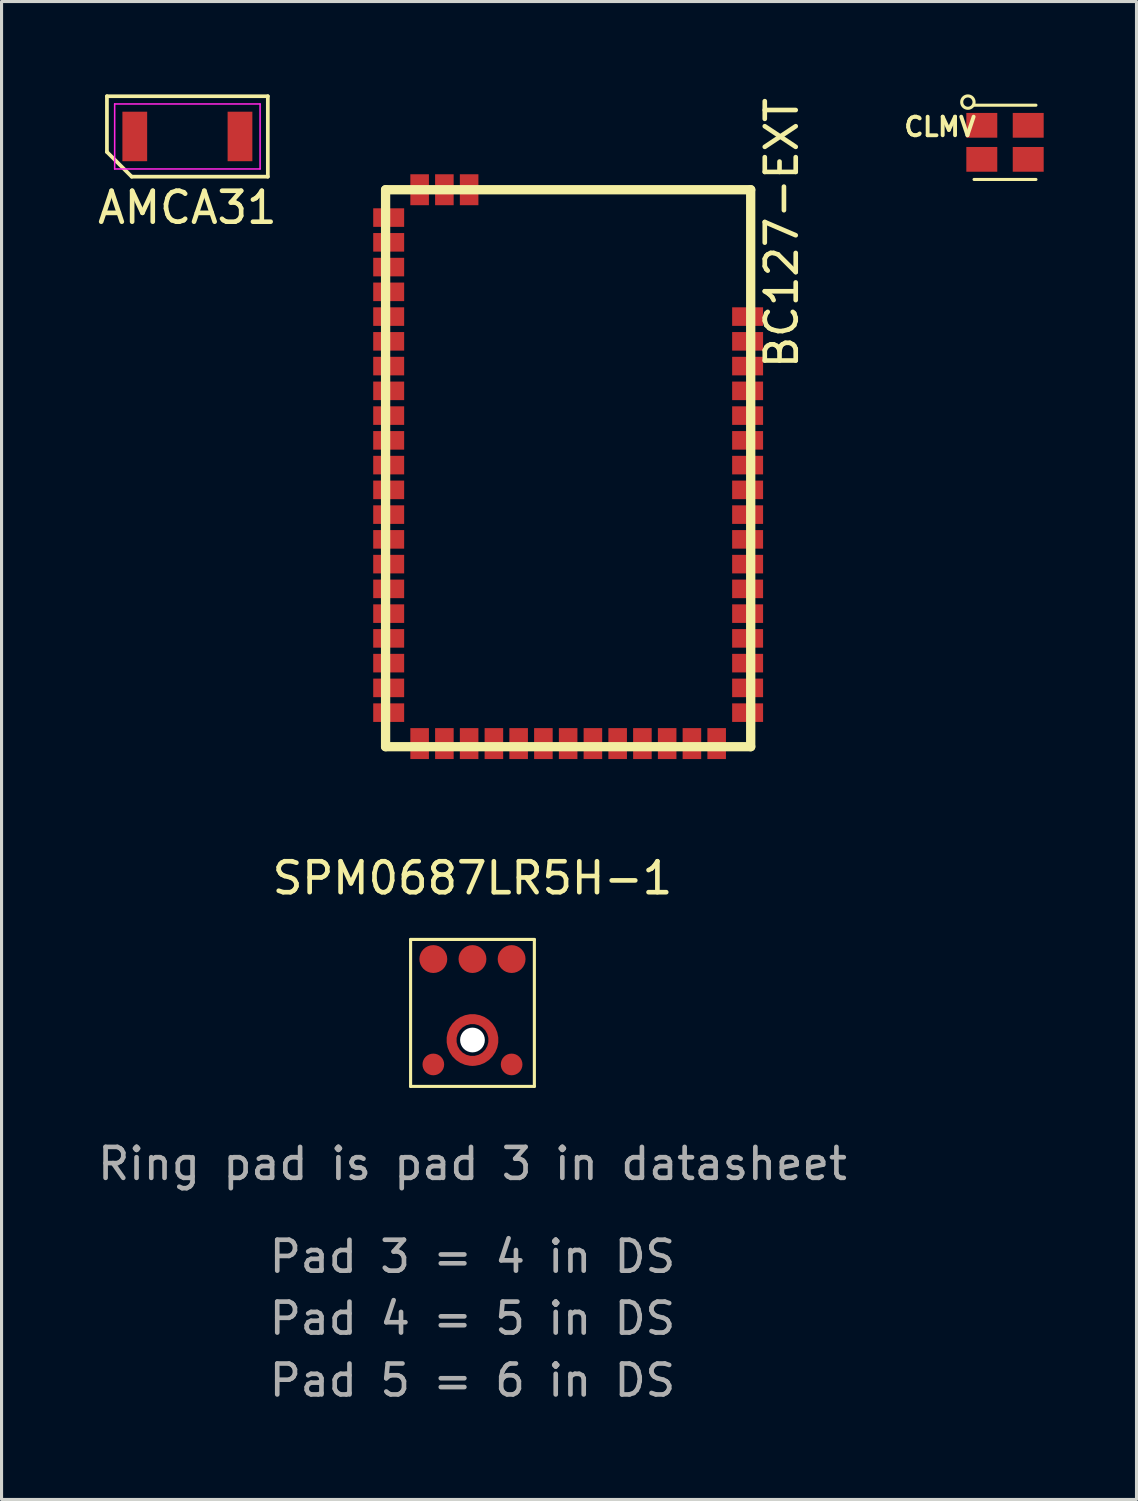
<source format=kicad_pcb>
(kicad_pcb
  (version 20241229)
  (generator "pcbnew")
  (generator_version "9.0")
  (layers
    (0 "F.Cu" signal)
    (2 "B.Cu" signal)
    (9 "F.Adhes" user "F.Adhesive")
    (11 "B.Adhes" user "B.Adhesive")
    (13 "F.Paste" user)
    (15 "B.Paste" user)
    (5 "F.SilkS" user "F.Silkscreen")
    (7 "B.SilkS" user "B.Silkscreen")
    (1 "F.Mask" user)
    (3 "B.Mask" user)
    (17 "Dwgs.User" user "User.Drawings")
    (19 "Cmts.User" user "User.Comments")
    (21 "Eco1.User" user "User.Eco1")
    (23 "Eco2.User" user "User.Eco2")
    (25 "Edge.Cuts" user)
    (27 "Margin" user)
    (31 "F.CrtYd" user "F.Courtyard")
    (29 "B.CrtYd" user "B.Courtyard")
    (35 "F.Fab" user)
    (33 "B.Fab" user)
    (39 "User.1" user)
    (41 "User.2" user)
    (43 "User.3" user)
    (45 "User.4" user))
  (footprint "AMCA31"
    (layer "F.Cu")
    (at 3.006 1.36)
    (property "Reference" "AMCA31" (at 0 2.3 0) (layer "F.SilkS") (effects (font (size 1 1) (thickness 0.15))))
    (attr smd)
    (fp_line (start -2.6 -1.3) (end 2.6 -1.3) (stroke (width 0.12) (type solid)) (layer "F.SilkS"))
    (fp_line (start -2.6 0.5) (end -2.6 -1.3) (stroke (width 0.12) (type solid)) (layer "F.SilkS"))
    (fp_line (start -1.8 1.3) (end -2.6 0.5) (stroke (width 0.12) (type solid)) (layer "F.SilkS"))
    (fp_line (start 2.6 -1.3) (end 2.6 1.3) (stroke (width 0.12) (type solid)) (layer "F.SilkS"))
    (fp_line (start 2.6 1.3) (end -1.8 1.3) (stroke (width 0.12) (type solid)) (layer "F.SilkS"))
    (fp_line (start -2.35 -1.05) (end 2.35 -1.05) (stroke (width 0.05) (type solid)) (layer "F.CrtYd"))
    (fp_line (start -2.35 1.05) (end -2.35 -1.05) (stroke (width 0.05) (type solid)) (layer "F.CrtYd"))
    (fp_line (start 2.35 -1.05) (end 2.35 1.05) (stroke (width 0.05) (type solid)) (layer "F.CrtYd"))
    (fp_line (start 2.35 1.05) (end -2.35 1.05) (stroke (width 0.05) (type solid)) (layer "F.CrtYd"))
    (pad "1" smd rect (at -1.7 0) (size 0.8 1.6) (layers "F.Cu" "F.Mask" "F.Paste"))
    (pad "2" smd rect (at 1.7 0) (size 0.8 1.6) (layers "F.Cu" "F.Mask" "F.Paste")))
  (footprint "BC127-EXT"
    (layer "F.Cu")
    (at 15.112 12.782)
    (property "Reference" "BC127-EXT" (at 7.1 -8.3 90) (layer "F.SilkS") (effects (font (size 1 1) (thickness 0.15))))
    (attr through_hole)
    (fp_line (start -5.7 -9.7) (end 6.1 -9.7) (stroke (width 0.3) (type solid)) (layer "F.SilkS"))
    (fp_line (start -5.7 8.3) (end -5.7 -9.7) (stroke (width 0.3) (type solid)) (layer "F.SilkS"))
    (fp_line (start 6.1 -9.7) (end 6.1 8.3) (stroke (width 0.3) (type solid)) (layer "F.SilkS"))
    (fp_line (start 6.1 8.3) (end -5.7 8.3) (stroke (width 0.3) (type solid)) (layer "F.SilkS"))
    (pad "1" smd rect (at -5.6 -8.8) (size 1 0.6) (layers "F.Cu" "F.Mask" "F.Paste"))
    (pad "2" smd rect (at -5.6 -8) (size 1 0.6) (layers "F.Cu" "F.Mask" "F.Paste"))
    (pad "3" smd rect (at -5.6 -7.2) (size 1 0.6) (layers "F.Cu" "F.Mask" "F.Paste"))
    (pad "4" smd rect (at -5.6 -6.4) (size 1 0.6) (layers "F.Cu" "F.Mask" "F.Paste"))
    (pad "5" smd rect (at -5.6 -5.6) (size 1 0.6) (layers "F.Cu" "F.Mask" "F.Paste"))
    (pad "6" smd rect (at -5.6 -4.8) (size 1 0.6) (layers "F.Cu" "F.Mask" "F.Paste"))
    (pad "7" smd rect (at -5.6 -4) (size 1 0.6) (layers "F.Cu" "F.Mask" "F.Paste"))
    (pad "8" smd rect (at -5.6 -3.2) (size 1 0.6) (layers "F.Cu" "F.Mask" "F.Paste"))
    (pad "9" smd rect (at -5.6 -2.4) (size 1 0.6) (layers "F.Cu" "F.Mask" "F.Paste"))
    (pad "10" smd rect (at -5.6 -1.6) (size 1 0.6) (layers "F.Cu" "F.Mask" "F.Paste"))
    (pad "11" smd rect (at -5.6 -0.8) (size 1 0.6) (layers "F.Cu" "F.Mask" "F.Paste"))
    (pad "12" smd rect (at -5.6 0) (size 1 0.6) (layers "F.Cu" "F.Mask" "F.Paste"))
    (pad "13" smd rect (at -5.6 0.8) (size 1 0.6) (layers "F.Cu" "F.Mask" "F.Paste"))
    (pad "14" smd rect (at -5.6 1.6) (size 1 0.6) (layers "F.Cu" "F.Mask" "F.Paste"))
    (pad "15" smd rect (at -5.6 2.4) (size 1 0.6) (layers "F.Cu" "F.Mask" "F.Paste"))
    (pad "16" smd rect (at -5.6 3.2) (size 1 0.6) (layers "F.Cu" "F.Mask" "F.Paste"))
    (pad "17" smd rect (at -5.6 4) (size 1 0.6) (layers "F.Cu" "F.Mask" "F.Paste"))
    (pad "18" smd rect (at -5.6 4.8) (size 1 0.6) (layers "F.Cu" "F.Mask" "F.Paste"))
    (pad "19" smd rect (at -5.6 5.6) (size 1 0.6) (layers "F.Cu" "F.Mask" "F.Paste"))
    (pad "20" smd rect (at -5.6 6.4) (size 1 0.6) (layers "F.Cu" "F.Mask" "F.Paste"))
    (pad "21" smd rect (at -5.6 7.2) (size 1 0.6) (layers "F.Cu" "F.Mask" "F.Paste"))
    (pad "22" smd rect (at -4.6 8.2) (size 0.6 1) (layers "F.Cu" "F.Mask" "F.Paste"))
    (pad "23" smd rect (at -3.8 8.2) (size 0.6 1) (layers "F.Cu" "F.Mask" "F.Paste"))
    (pad "24" smd rect (at -3 8.2) (size 0.6 1) (layers "F.Cu" "F.Mask" "F.Paste"))
    (pad "25" smd rect (at -2.2 8.2) (size 0.6 1) (layers "F.Cu" "F.Mask" "F.Paste"))
    (pad "26" smd rect (at -1.4 8.2) (size 0.6 1) (layers "F.Cu" "F.Mask" "F.Paste"))
    (pad "27" smd rect (at -0.6 8.2) (size 0.6 1) (layers "F.Cu" "F.Mask" "F.Paste"))
    (pad "28" smd rect (at 0.2 8.2) (size 0.6 1) (layers "F.Cu" "F.Mask" "F.Paste"))
    (pad "29" smd rect (at 1 8.2) (size 0.6 1) (layers "F.Cu" "F.Mask" "F.Paste"))
    (pad "30" smd rect (at 1.8 8.2) (size 0.6 1) (layers "F.Cu" "F.Mask" "F.Paste"))
    (pad "31" smd rect (at 2.6 8.2) (size 0.6 1) (layers "F.Cu" "F.Mask" "F.Paste"))
    (pad "32" smd rect (at 3.4 8.2) (size 0.6 1) (layers "F.Cu" "F.Mask" "F.Paste"))
    (pad "33" smd rect (at 4.2 8.2) (size 0.6 1) (layers "F.Cu" "F.Mask" "F.Paste"))
    (pad "34" smd rect (at 5 8.2) (size 0.6 1) (layers "F.Cu" "F.Mask" "F.Paste"))
    (pad "35" smd rect (at 6 7.2) (size 1 0.6) (layers "F.Cu" "F.Mask" "F.Paste"))
    (pad "36" smd rect (at 6 6.4) (size 1 0.6) (layers "F.Cu" "F.Mask" "F.Paste"))
    (pad "37" smd rect (at 6 5.6) (size 1 0.6) (layers "F.Cu" "F.Mask" "F.Paste"))
    (pad "38" smd rect (at 6 4.8) (size 1 0.6) (layers "F.Cu" "F.Mask" "F.Paste"))
    (pad "39" smd rect (at 6 4) (size 1 0.6) (layers "F.Cu" "F.Mask" "F.Paste"))
    (pad "40" smd rect (at 6 3.2) (size 1 0.6) (layers "F.Cu" "F.Mask" "F.Paste"))
    (pad "41" smd rect (at 6 2.4) (size 1 0.6) (layers "F.Cu" "F.Mask" "F.Paste"))
    (pad "42" smd rect (at 6 1.6) (size 1 0.6) (layers "F.Cu" "F.Mask" "F.Paste"))
    (pad "43" smd rect (at 6 0.8) (size 1 0.6) (layers "F.Cu" "F.Mask" "F.Paste"))
    (pad "44" smd rect (at 6 0) (size 1 0.6) (layers "F.Cu" "F.Mask" "F.Paste"))
    (pad "45" smd rect (at 6 -0.8) (size 1 0.6) (layers "F.Cu" "F.Mask" "F.Paste"))
    (pad "46" smd rect (at 6 -1.6) (size 1 0.6) (layers "F.Cu" "F.Mask" "F.Paste"))
    (pad "47" smd rect (at 6 -2.4) (size 1 0.6) (layers "F.Cu" "F.Mask" "F.Paste"))
    (pad "48" smd rect (at 6 -3.2) (size 1 0.6) (layers "F.Cu" "F.Mask" "F.Paste"))
    (pad "49" smd rect (at 6 -4) (size 1 0.6) (layers "F.Cu" "F.Mask" "F.Paste"))
    (pad "50" smd rect (at 6 -4.8) (size 1 0.6) (layers "F.Cu" "F.Mask" "F.Paste"))
    (pad "51" smd rect (at 6 -5.6) (size 1 0.6) (layers "F.Cu" "F.Mask" "F.Paste"))
    (pad "52" smd rect (at -3 -9.7) (size 0.6 1) (layers "F.Cu" "F.Mask" "F.Paste"))
    (pad "53" smd rect (at -3.8 -9.7) (size 0.6 1) (layers "F.Cu" "F.Mask" "F.Paste"))
    (pad "54" smd rect (at -4.6 -9.7) (size 0.6 1) (layers "F.Cu" "F.Mask" "F.Paste")))
  (footprint "SPM0687LR5H-1"
    (layer "F.Cu")
    (at 12.22 30.562)
    (property "Reference" "SPM0687LR5H-1" (at 0 -5.232 0) (layer "F.SilkS") (effects (font (size 1 1) (thickness 0.15))))
    (attr through_hole)
    (fp_arc (start 0.64539 -0.198581) (mid -0.401168 0.543164) (end 0 -0.67525) (stroke (width 0.05) (type solid)) (layer "F.Mask"))
    (fp_circle (center 0 0) (end 0.675 0) (stroke (width 0.3) (type solid)) (fill no) (layer "F.Mask"))
    (fp_line (start -2 -3.25) (end 2 -3.25) (stroke (width 0.1) (type solid)) (layer "F.SilkS"))
    (fp_line (start -2 1.5) (end -2 -3.25) (stroke (width 0.1) (type solid)) (layer "F.SilkS"))
    (fp_line (start 2 -3.25) (end 2 1.5) (stroke (width 0.1) (type solid)) (layer "F.SilkS"))
    (fp_line (start 2 1.5) (end -2 1.5) (stroke (width 0.1) (type solid)) (layer "F.SilkS"))
    (fp_arc (start -0.62 -0.25) (mid -0.477135 -0.468233) (end -0.26163 -0.615183) (stroke (width 0.3) (type solid)) (layer "F.Paste"))
    (fp_arc (start -0.25 0.62) (mid -0.468233 0.477135) (end -0.615183 0.26163) (stroke (width 0.3) (type solid)) (layer "F.Paste"))
    (fp_arc (start 0.25 -0.62) (mid 0.468233 -0.477135) (end 0.615183 -0.26163) (stroke (width 0.3) (type solid)) (layer "F.Paste"))
    (fp_arc (start 0.62 0.25) (mid 0.477135 0.468233) (end 0.26163 0.615183) (stroke (width 0.3) (type solid)) (layer "F.Paste"))
    (fp_text user "Pad 5 = 6 in DS" (at 0 11 0) (layer "F.Fab") (effects (font (size 1 1) (thickness 0.15))))
    (fp_text user "Pad 4 = 5 in DS" (at 0 9 0) (layer "F.Fab") (effects (font (size 1 1) (thickness 0.15))))
    (fp_text user "Pad 3 = 4 in DS" (at 0 7 0) (layer "F.Fab") (effects (font (size 1 1) (thickness 0.15))))
    (fp_text user "Ring pad is pad 3 in datasheet" (at 0 4 0) (layer "F.Fab") (effects (font (size 1 1) (thickness 0.15))))
    (pad "" np_thru_hole circle (at 0 0) (size 0.8 0.8) (drill 0.8) (layers "*.Cu"))
    (pad "1" smd circle (at -1.265 -2.616) (size 0.9 0.9) (layers "F.Cu" "F.Mask" "F.Paste"))
    (pad "2" smd circle (at -1.265 0.79) (size 0.7 0.7) (layers "F.Cu" "F.Mask" "F.Paste"))
    (pad "3" smd custom (at 0 0.69) (size 0.3 0.3) (layers "F.Cu" "F.Mask") (options (anchor circle)) (primitives (gr_circle (center 0 -0.69) (end 0.675 -0.69) (width 0.325) (fill no))))
    (pad "3" smd circle (at 1.265 0.79) (size 0.7 0.7) (layers "F.Cu" "F.Mask" "F.Paste"))
    (pad "4" smd circle (at 1.265 -2.616) (size 0.9 0.9) (layers "F.Cu" "F.Mask" "F.Paste"))
    (pad "5" smd circle (at 0 -2.616) (size 0.9 0.9) (layers "F.Cu" "F.Mask" "F.Paste")))
  (footprint "CLMV"
    (layer "F.Cu")
    (at 29.431 1.55)
    (property "Reference" "CLMV" (at -2.1 -0.5 180) (layer "F.SilkS") (effects (font (size 0.6 0.6) (thickness 0.125))))
    (attr through_hole)
    (fp_line (start -1 -1.2) (end 1 -1.2) (stroke (width 0.1) (type solid)) (layer "F.SilkS"))
    (fp_line (start 1 1.2) (end -1 1.2) (stroke (width 0.1) (type solid)) (layer "F.SilkS"))
    (fp_circle (center -1.2 -1.3) (end -1 -1.3) (stroke (width 0.1) (type solid)) (fill no) (layer "F.SilkS"))
    (pad "1" smd rect (at -0.75 -0.55 90) (size 0.8 1) (layers "F.Cu" "F.Mask" "F.Paste"))
    (pad "2" smd rect (at 0.75 -0.55 90) (size 0.8 1) (layers "F.Cu" "F.Mask" "F.Paste"))
    (pad "3" smd rect (at 0.75 0.55 90) (size 0.8 1) (layers "F.Cu" "F.Mask" "F.Paste"))
    (pad "4" smd rect (at -0.75 0.55 90) (size 0.8 1) (layers "F.Cu" "F.Mask" "F.Paste")))
  (gr_rect
    (start -3 -3)
    (end 33.681 45.411)
    (stroke (width 0.1) (type default))
    (fill no)
    (layer "Edge.Cuts")))
</source>
